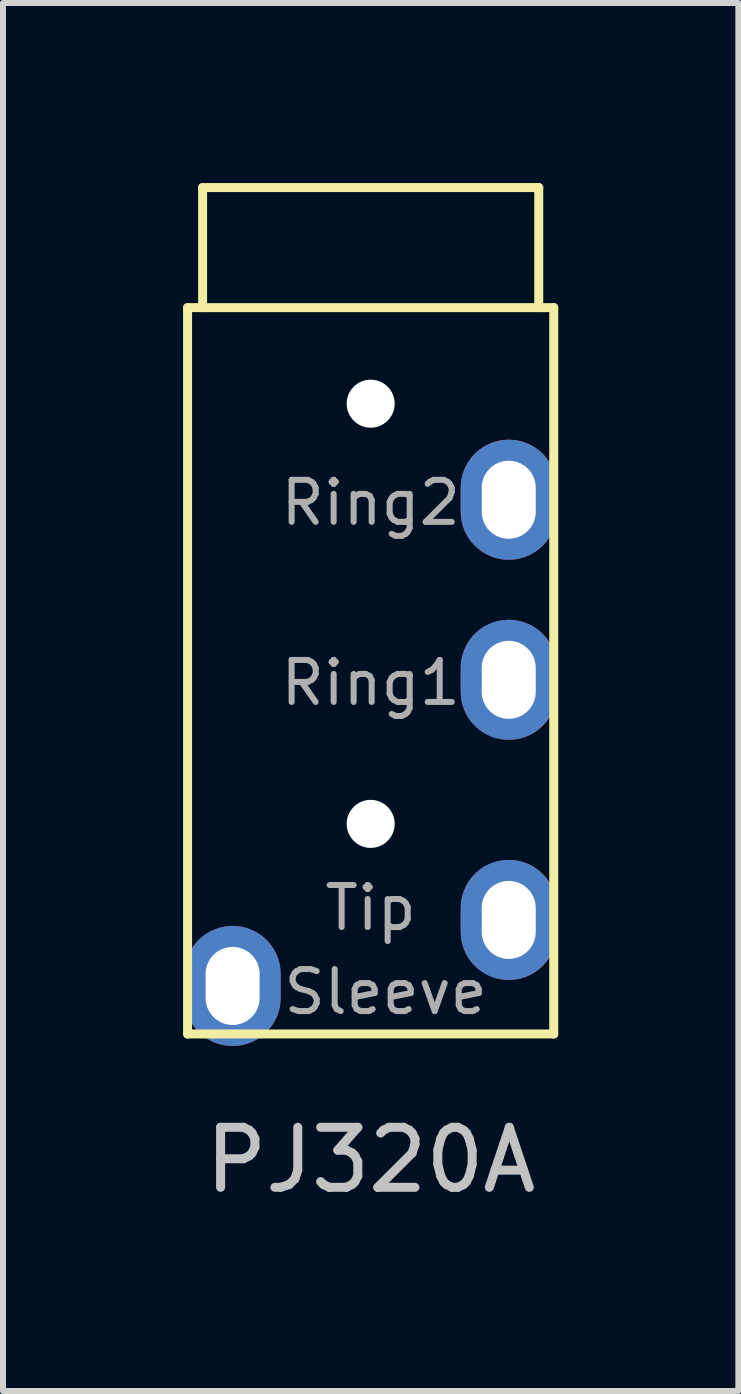
<source format=kicad_pcb>
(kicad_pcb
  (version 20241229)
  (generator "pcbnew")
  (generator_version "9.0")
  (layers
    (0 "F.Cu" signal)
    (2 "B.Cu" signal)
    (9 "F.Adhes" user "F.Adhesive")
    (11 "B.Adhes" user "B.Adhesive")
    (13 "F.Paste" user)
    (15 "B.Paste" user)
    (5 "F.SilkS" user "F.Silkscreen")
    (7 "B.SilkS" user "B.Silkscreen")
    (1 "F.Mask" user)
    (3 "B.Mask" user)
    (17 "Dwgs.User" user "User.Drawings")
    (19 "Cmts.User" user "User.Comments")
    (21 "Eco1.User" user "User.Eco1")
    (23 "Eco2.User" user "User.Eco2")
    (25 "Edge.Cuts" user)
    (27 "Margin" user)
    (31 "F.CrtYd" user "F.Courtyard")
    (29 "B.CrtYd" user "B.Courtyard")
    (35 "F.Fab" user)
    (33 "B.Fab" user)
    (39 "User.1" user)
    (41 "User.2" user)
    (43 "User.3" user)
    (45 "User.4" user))
  (footprint "PJ320A"
    (layer "F.Cu")
    (at 3.125 2.075)
    (property "Reference" "PJ320A" (at 0 14.2 0) (layer "Dwgs.User") (effects (font (size 1 1) (thickness 0.15))))
    (attr through_hole)
    (fp_line (start -3.05 0) (end -3.05 12.1) (stroke (width 0.15) (type solid)) (layer "F.SilkS"))
    (fp_line (start -2.8 0) (end -2.8 -2) (stroke (width 0.15) (type solid)) (layer "F.SilkS"))
    (fp_line (start 2.8 -2) (end -2.8 -2) (stroke (width 0.15) (type solid)) (layer "F.SilkS"))
    (fp_line (start 2.8 0) (end 2.8 -2) (stroke (width 0.15) (type solid)) (layer "F.SilkS"))
    (fp_line (start 3.05 0) (end -3.05 0) (stroke (width 0.15) (type solid)) (layer "F.SilkS"))
    (fp_line (start 3.05 0) (end 3.05 12.1) (stroke (width 0.15) (type solid)) (layer "F.SilkS"))
    (fp_line (start 3.05 12.1) (end -3.05 12.1) (stroke (width 0.15) (type solid)) (layer "F.SilkS"))
    (fp_text user "Ring1" (at 0 6.25 0) (layer "F.Fab") (effects (font (size 0.7 0.7) (thickness 0.1))))
    (fp_text user "Sleeve" (at 0.25 11.4 0) (layer "F.Fab") (effects (font (size 0.7 0.7) (thickness 0.1))))
    (fp_text user "Tip" (at 0 10 0) (layer "F.Fab") (effects (font (size 0.7 0.7) (thickness 0.1))))
    (fp_text user "Ring2" (at 0 3.25 0) (layer "F.Fab") (effects (font (size 0.7 0.7) (thickness 0.1))))
    (pad "" np_thru_hole circle (at 0 1.6) (size 0.8 0.8) (drill 0.8) (layers "*.Cu" "*.Mask"))
    (pad "" np_thru_hole circle (at 0 8.6) (size 0.8 0.8) (drill 0.8) (layers "*.Cu" "*.Mask"))
    (pad "1" thru_hole oval (at -2.3 11.3) (size 1.6 2) (drill oval 0.9 1.3) (layers "*.Cu" "*.Mask"))
    (pad "2" thru_hole oval (at 2.3 10.2) (size 1.6 2) (drill oval 0.9 1.3) (layers "*.Cu" "*.Mask"))
    (pad "3" thru_hole oval (at 2.3 6.2) (size 1.6 2) (drill oval 0.9 1.3) (layers "*.Cu" "*.Mask"))
    (pad "4" thru_hole oval (at 2.3 3.2) (size 1.6 2) (drill oval 0.9 1.3) (layers "*.Cu" "*.Mask")))
  (gr_rect
    (start -3 -3)
    (end 9.25 20.123)
    (stroke (width 0.1) (type default))
    (fill no)
    (layer "Edge.Cuts")))
</source>
